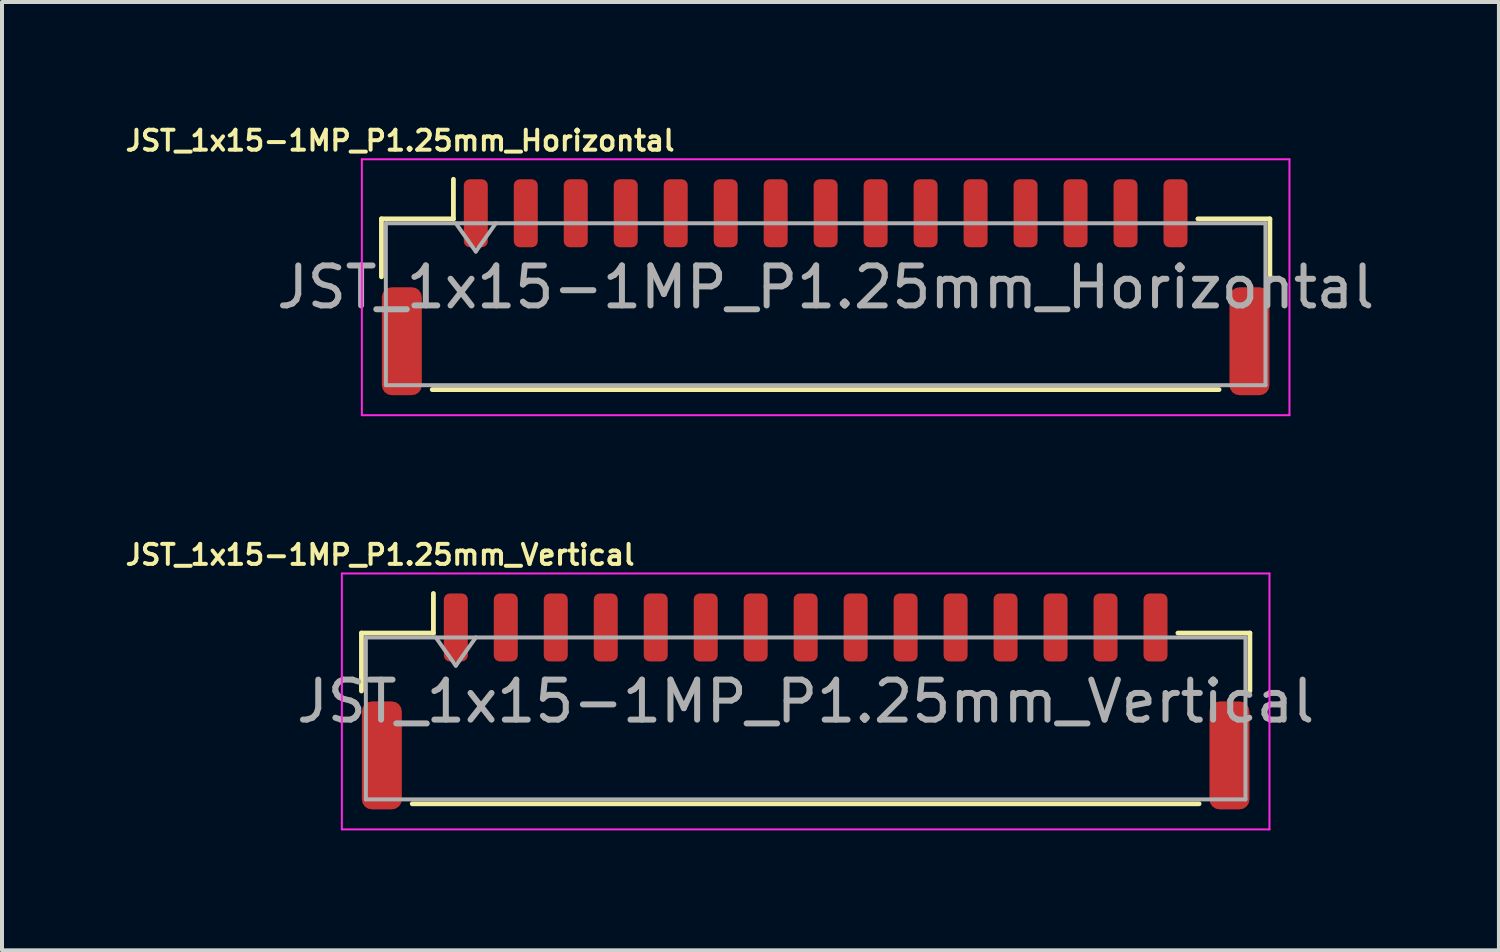
<source format=kicad_pcb>
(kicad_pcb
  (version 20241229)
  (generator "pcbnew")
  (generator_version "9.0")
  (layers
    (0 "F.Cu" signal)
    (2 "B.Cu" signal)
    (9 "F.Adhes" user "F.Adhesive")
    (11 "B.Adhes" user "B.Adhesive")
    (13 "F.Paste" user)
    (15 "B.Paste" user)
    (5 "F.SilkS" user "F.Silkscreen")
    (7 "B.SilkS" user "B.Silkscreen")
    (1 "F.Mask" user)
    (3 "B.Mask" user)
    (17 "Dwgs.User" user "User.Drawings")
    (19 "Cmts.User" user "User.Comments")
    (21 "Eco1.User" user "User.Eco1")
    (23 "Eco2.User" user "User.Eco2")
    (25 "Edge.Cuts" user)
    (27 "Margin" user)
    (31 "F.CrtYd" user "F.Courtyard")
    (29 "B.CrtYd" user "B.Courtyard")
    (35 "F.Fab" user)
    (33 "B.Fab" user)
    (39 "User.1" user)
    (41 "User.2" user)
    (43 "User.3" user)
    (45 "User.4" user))
  (footprint "JST_1x15-1MP_P1.25mm_Vertical"
    (layer "F.Cu")
    (at 17.1 14.493)
    (property "Reference" "JST_1x15-1MP_P1.25mm_Vertical" (at -10.643 -3.666 0) (unlocked yes) (layer "F.SilkS") (effects (font (size 0.5 0.5) (thickness 0.1))))
    (attr smd)
    (fp_line (start -11.11 -1.71) (end -9.31 -1.71) (stroke (width 0.12) (type solid)) (layer "F.SilkS"))
    (fp_line (start -11.11 -0.26) (end -11.11 -1.71) (stroke (width 0.12) (type solid)) (layer "F.SilkS"))
    (fp_line (start -9.84 2.56) (end 9.84 2.56) (stroke (width 0.12) (type solid)) (layer "F.SilkS"))
    (fp_line (start -9.31 -1.71) (end -9.31 -2.7) (stroke (width 0.12) (type solid)) (layer "F.SilkS"))
    (fp_line (start 11.11 -1.71) (end 9.31 -1.71) (stroke (width 0.12) (type solid)) (layer "F.SilkS"))
    (fp_line (start 11.11 -0.26) (end 11.11 -1.71) (stroke (width 0.12) (type solid)) (layer "F.SilkS"))
    (fp_line (start -11.6 -3.2) (end -11.6 3.2) (stroke (width 0.05) (type solid)) (layer "F.CrtYd"))
    (fp_line (start -11.6 3.2) (end 11.6 3.2) (stroke (width 0.05) (type solid)) (layer "F.CrtYd"))
    (fp_line (start 11.6 -3.2) (end -11.6 -3.2) (stroke (width 0.05) (type solid)) (layer "F.CrtYd"))
    (fp_line (start 11.6 3.2) (end 11.6 -3.2) (stroke (width 0.05) (type solid)) (layer "F.CrtYd"))
    (fp_line (start -11 -1.6) (end -11 2.45) (stroke (width 0.1) (type solid)) (layer "F.Fab"))
    (fp_line (start -11 -1.6) (end 11 -1.6) (stroke (width 0.1) (type solid)) (layer "F.Fab"))
    (fp_line (start -11 2.45) (end 11 2.45) (stroke (width 0.1) (type solid)) (layer "F.Fab"))
    (fp_line (start -9.25 -1.6) (end -8.75 -0.893) (stroke (width 0.1) (type solid)) (layer "F.Fab"))
    (fp_line (start -8.75 -0.893) (end -8.25 -1.6) (stroke (width 0.1) (type solid)) (layer "F.Fab"))
    (fp_line (start 11 -1.6) (end 11 2.45) (stroke (width 0.1) (type solid)) (layer "F.Fab"))
    (fp_text user "${REFERENCE}" (at 0 0 0) (layer "F.Fab") (effects (font (size 1 1) (thickness 0.15))))
    (pad "1" smd roundrect (at -8.75 -1.85) (size 0.6 1.7) (layers "F.Cu" "F.Mask" "F.Paste") (roundrect_rratio 0.25))
    (pad "2" smd roundrect (at -7.5 -1.85) (size 0.6 1.7) (layers "F.Cu" "F.Mask" "F.Paste") (roundrect_rratio 0.25))
    (pad "3" smd roundrect (at -6.25 -1.85) (size 0.6 1.7) (layers "F.Cu" "F.Mask" "F.Paste") (roundrect_rratio 0.25))
    (pad "4" smd roundrect (at -5 -1.85) (size 0.6 1.7) (layers "F.Cu" "F.Mask" "F.Paste") (roundrect_rratio 0.25))
    (pad "5" smd roundrect (at -3.75 -1.85) (size 0.6 1.7) (layers "F.Cu" "F.Mask" "F.Paste") (roundrect_rratio 0.25))
    (pad "6" smd roundrect (at -2.5 -1.85) (size 0.6 1.7) (layers "F.Cu" "F.Mask" "F.Paste") (roundrect_rratio 0.25))
    (pad "7" smd roundrect (at -1.25 -1.85) (size 0.6 1.7) (layers "F.Cu" "F.Mask" "F.Paste") (roundrect_rratio 0.25))
    (pad "8" smd roundrect (at 0 -1.85) (size 0.6 1.7) (layers "F.Cu" "F.Mask" "F.Paste") (roundrect_rratio 0.25))
    (pad "9" smd roundrect (at 1.25 -1.85) (size 0.6 1.7) (layers "F.Cu" "F.Mask" "F.Paste") (roundrect_rratio 0.25))
    (pad "10" smd roundrect (at 2.5 -1.85) (size 0.6 1.7) (layers "F.Cu" "F.Mask" "F.Paste") (roundrect_rratio 0.25))
    (pad "11" smd roundrect (at 3.75 -1.85) (size 0.6 1.7) (layers "F.Cu" "F.Mask" "F.Paste") (roundrect_rratio 0.25))
    (pad "12" smd roundrect (at 5 -1.85) (size 0.6 1.7) (layers "F.Cu" "F.Mask" "F.Paste") (roundrect_rratio 0.25))
    (pad "13" smd roundrect (at -10.6 1.35) (size 1 2.7) (layers "F.Cu" "F.Mask" "F.Paste") (roundrect_rratio 0.25))
    (pad "13" smd roundrect (at 6.25 -1.85) (size 0.6 1.7) (layers "F.Cu" "F.Mask" "F.Paste") (roundrect_rratio 0.25))
    (pad "13" smd roundrect (at 10.6 1.35) (size 1 2.7) (layers "F.Cu" "F.Mask" "F.Paste") (roundrect_rratio 0.25))
    (pad "14" smd roundrect (at 7.5 -1.85) (size 0.6 1.7) (layers "F.Cu" "F.Mask" "F.Paste") (roundrect_rratio 0.25))
    (pad "15" smd roundrect (at 8.75 -1.85) (size 0.6 1.7) (layers "F.Cu" "F.Mask" "F.Paste") (roundrect_rratio 0.25)))
  (footprint "JST_1x15-1MP_P1.25mm_Horizontal"
    (layer "F.Cu")
    (at 17.6 4.134)
    (property "Reference" "JST_1x15-1MP_P1.25mm_Horizontal" (at -10.643 -3.666 0) (unlocked yes) (layer "F.SilkS") (effects (font (size 0.5 0.5) (thickness 0.1))))
    (attr smd)
    (fp_line (start -11.11 -1.71) (end -9.31 -1.71) (stroke (width 0.12) (type solid)) (layer "F.SilkS"))
    (fp_line (start -11.11 -0.26) (end -11.11 -1.71) (stroke (width 0.12) (type solid)) (layer "F.SilkS"))
    (fp_line (start -9.84 2.56) (end 9.84 2.56) (stroke (width 0.12) (type solid)) (layer "F.SilkS"))
    (fp_line (start -9.31 -1.71) (end -9.31 -2.7) (stroke (width 0.12) (type solid)) (layer "F.SilkS"))
    (fp_line (start 11.11 -1.71) (end 9.31 -1.71) (stroke (width 0.12) (type solid)) (layer "F.SilkS"))
    (fp_line (start 11.11 -0.26) (end 11.11 -1.71) (stroke (width 0.12) (type solid)) (layer "F.SilkS"))
    (fp_line (start -11.6 -3.2) (end -11.6 3.2) (stroke (width 0.05) (type solid)) (layer "F.CrtYd"))
    (fp_line (start -11.6 3.2) (end 11.6 3.2) (stroke (width 0.05) (type solid)) (layer "F.CrtYd"))
    (fp_line (start 11.6 -3.2) (end -11.6 -3.2) (stroke (width 0.05) (type solid)) (layer "F.CrtYd"))
    (fp_line (start 11.6 3.2) (end 11.6 -3.2) (stroke (width 0.05) (type solid)) (layer "F.CrtYd"))
    (fp_line (start -11 -1.6) (end -11 2.45) (stroke (width 0.1) (type solid)) (layer "F.Fab"))
    (fp_line (start -11 -1.6) (end 11 -1.6) (stroke (width 0.1) (type solid)) (layer "F.Fab"))
    (fp_line (start -11 2.45) (end 11 2.45) (stroke (width 0.1) (type solid)) (layer "F.Fab"))
    (fp_line (start -9.25 -1.6) (end -8.75 -0.893) (stroke (width 0.1) (type solid)) (layer "F.Fab"))
    (fp_line (start -8.75 -0.893) (end -8.25 -1.6) (stroke (width 0.1) (type solid)) (layer "F.Fab"))
    (fp_line (start 11 -1.6) (end 11 2.45) (stroke (width 0.1) (type solid)) (layer "F.Fab"))
    (fp_text user "${REFERENCE}" (at 0 0 0) (layer "F.Fab") (effects (font (size 1 1) (thickness 0.15))))
    (pad "1" smd roundrect (at -8.75 -1.85) (size 0.6 1.7) (layers "F.Cu" "F.Mask" "F.Paste") (roundrect_rratio 0.25))
    (pad "2" smd roundrect (at -7.5 -1.85) (size 0.6 1.7) (layers "F.Cu" "F.Mask" "F.Paste") (roundrect_rratio 0.25))
    (pad "3" smd roundrect (at -6.25 -1.85) (size 0.6 1.7) (layers "F.Cu" "F.Mask" "F.Paste") (roundrect_rratio 0.25))
    (pad "4" smd roundrect (at -5 -1.85) (size 0.6 1.7) (layers "F.Cu" "F.Mask" "F.Paste") (roundrect_rratio 0.25))
    (pad "5" smd roundrect (at -3.75 -1.85) (size 0.6 1.7) (layers "F.Cu" "F.Mask" "F.Paste") (roundrect_rratio 0.25))
    (pad "6" smd roundrect (at -2.5 -1.85) (size 0.6 1.7) (layers "F.Cu" "F.Mask" "F.Paste") (roundrect_rratio 0.25))
    (pad "7" smd roundrect (at -1.25 -1.85) (size 0.6 1.7) (layers "F.Cu" "F.Mask" "F.Paste") (roundrect_rratio 0.25))
    (pad "8" smd roundrect (at 0 -1.85) (size 0.6 1.7) (layers "F.Cu" "F.Mask" "F.Paste") (roundrect_rratio 0.25))
    (pad "9" smd roundrect (at 1.25 -1.85) (size 0.6 1.7) (layers "F.Cu" "F.Mask" "F.Paste") (roundrect_rratio 0.25))
    (pad "10" smd roundrect (at 2.5 -1.85) (size 0.6 1.7) (layers "F.Cu" "F.Mask" "F.Paste") (roundrect_rratio 0.25))
    (pad "11" smd roundrect (at 3.75 -1.85) (size 0.6 1.7) (layers "F.Cu" "F.Mask" "F.Paste") (roundrect_rratio 0.25))
    (pad "12" smd roundrect (at 5 -1.85) (size 0.6 1.7) (layers "F.Cu" "F.Mask" "F.Paste") (roundrect_rratio 0.25))
    (pad "13" smd roundrect (at -10.6 1.35) (size 1 2.7) (layers "F.Cu" "F.Mask" "F.Paste") (roundrect_rratio 0.25))
    (pad "13" smd roundrect (at 6.25 -1.85) (size 0.6 1.7) (layers "F.Cu" "F.Mask" "F.Paste") (roundrect_rratio 0.25))
    (pad "13" smd roundrect (at 10.6 1.35) (size 1 2.7) (layers "F.Cu" "F.Mask" "F.Paste") (roundrect_rratio 0.25))
    (pad "14" smd roundrect (at 7.5 -1.85) (size 0.6 1.7) (layers "F.Cu" "F.Mask" "F.Paste") (roundrect_rratio 0.25))
    (pad "15" smd roundrect (at 8.75 -1.85) (size 0.6 1.7) (layers "F.Cu" "F.Mask" "F.Paste") (roundrect_rratio 0.25)))
  (gr_rect
    (start -3 -3)
    (end 34.439 20.718)
    (stroke (width 0.1) (type default))
    (fill no)
    (layer "Edge.Cuts")))
</source>
